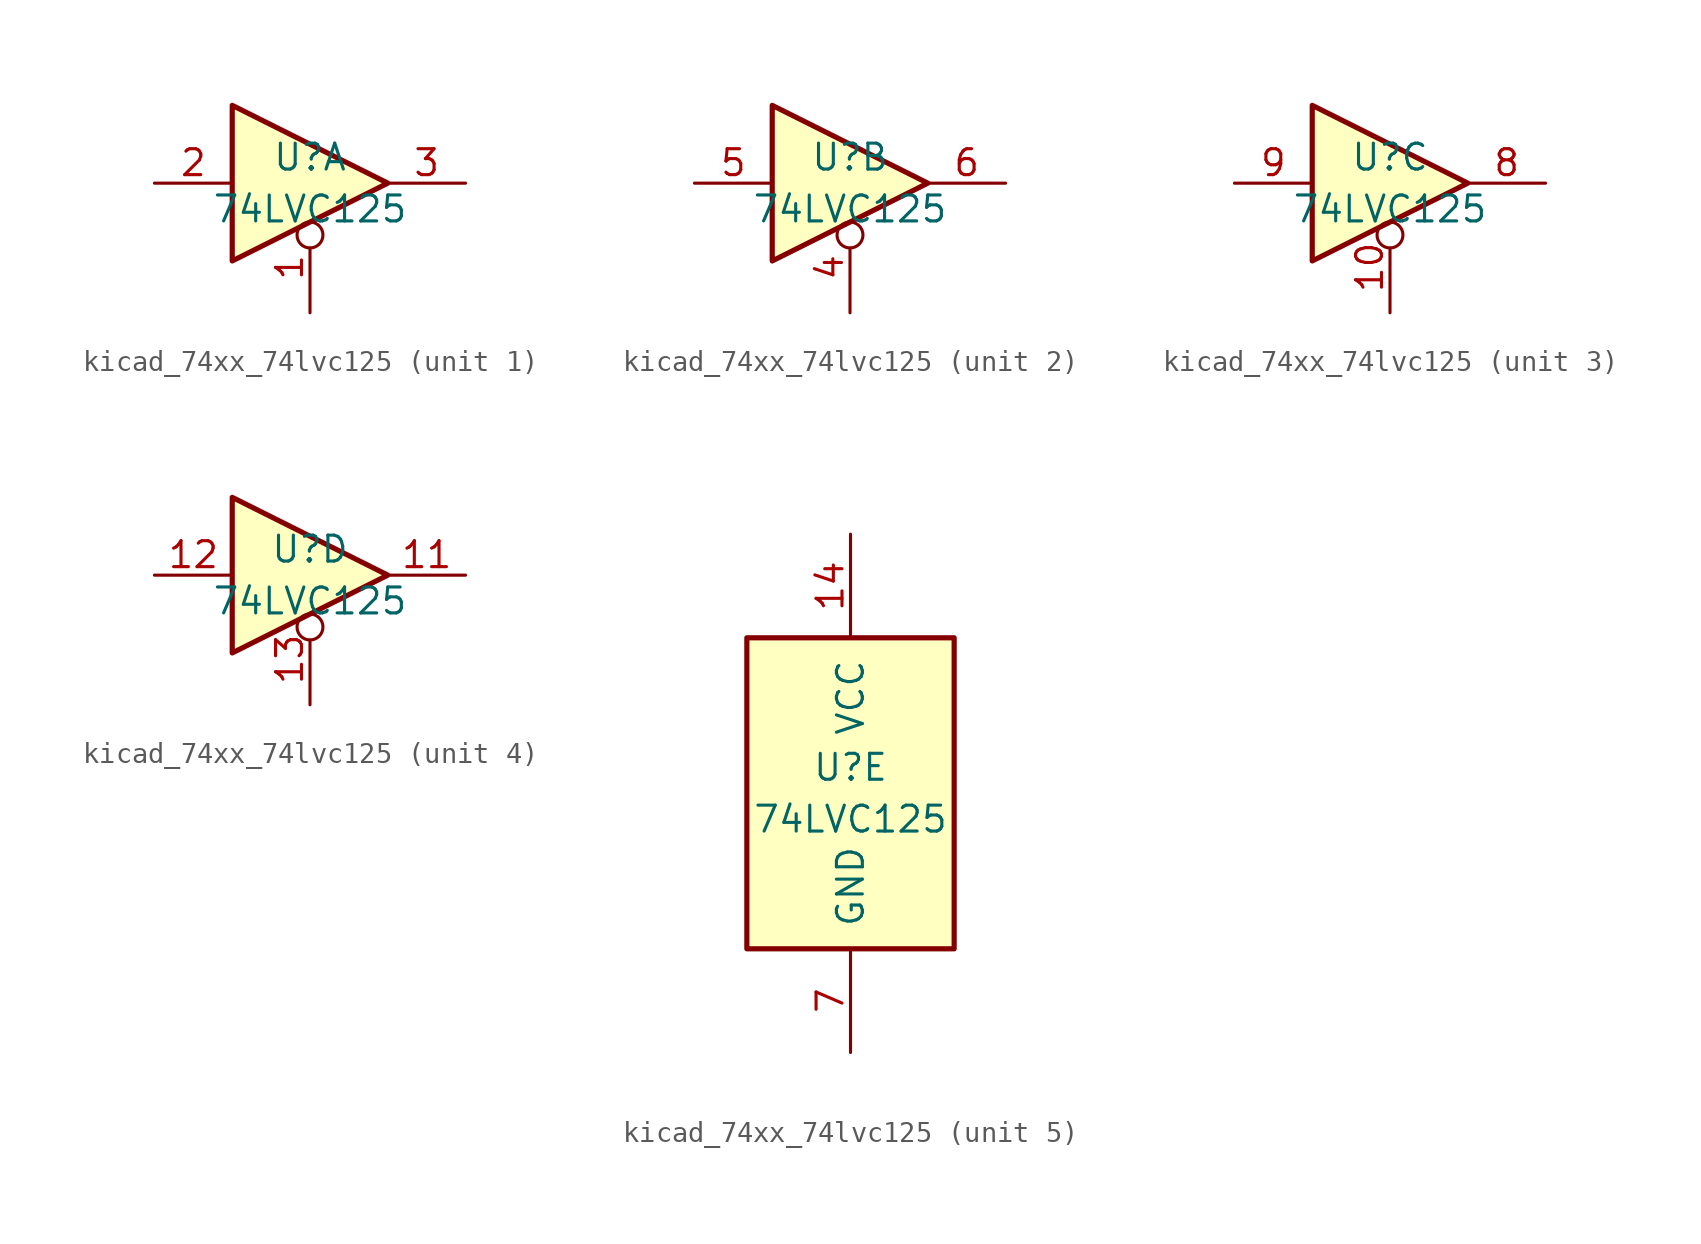
<source format=kicad_sym>
(kicad_symbol_lib
  (version 20220914)
  (generator kicad_symbol_editor)
  (symbol "kicad_74xx_74lvc125"
    (pin_names
      (offset 1.016))
    (property "Reference" "U"
      (at 0 1.27 0)
      (effects (font (size 1.27 1.27))))
    (property "Value" "74LVC125"
      (at 0 -1.27 0)
      (effects (font (size 1.27 1.27))))
    (property "ki_locked" ""
      (at 0 0 0)
      (effects (font (size 1.27 1.27))))
    (symbol "kicad_74xx_74lvc125_1_0"
      (polyline (pts (xy -3.81 3.81) (xy -3.81 -3.81) (xy 3.81 0) (xy -3.81 3.81)) (stroke (width 0.254) (type default)) (fill (type background)))
      (pin input inverted (at 0 -6.35 90) (length 4.445) (name "~" (effects (font (size 1.27 1.27)))) (number "1" (effects (font (size 1.27 1.27)))))
      (pin input line (at -7.62 0 0) (length 3.81) (name "~" (effects (font (size 1.27 1.27)))) (number "2" (effects (font (size 1.27 1.27)))))
      (pin tri_state line (at 7.62 0 180) (length 3.81) (name "~" (effects (font (size 1.27 1.27)))) (number "3" (effects (font (size 1.27 1.27))))))
    (symbol "kicad_74xx_74lvc125_2_0"
      (polyline (pts (xy -3.81 3.81) (xy -3.81 -3.81) (xy 3.81 0) (xy -3.81 3.81)) (stroke (width 0.254) (type default)) (fill (type background)))
      (pin input inverted (at 0 -6.35 90) (length 4.445) (name "~" (effects (font (size 1.27 1.27)))) (number "4" (effects (font (size 1.27 1.27)))))
      (pin input line (at -7.62 0 0) (length 3.81) (name "~" (effects (font (size 1.27 1.27)))) (number "5" (effects (font (size 1.27 1.27)))))
      (pin tri_state line (at 7.62 0 180) (length 3.81) (name "~" (effects (font (size 1.27 1.27)))) (number "6" (effects (font (size 1.27 1.27))))))
    (symbol "kicad_74xx_74lvc125_3_0"
      (polyline (pts (xy -3.81 3.81) (xy -3.81 -3.81) (xy 3.81 0) (xy -3.81 3.81)) (stroke (width 0.254) (type default)) (fill (type background)))
      (pin input inverted (at 0 -6.35 90) (length 4.445) (name "~" (effects (font (size 1.27 1.27)))) (number "10" (effects (font (size 1.27 1.27)))))
      (pin tri_state line (at 7.62 0 180) (length 3.81) (name "~" (effects (font (size 1.27 1.27)))) (number "8" (effects (font (size 1.27 1.27)))))
      (pin input line (at -7.62 0 0) (length 3.81) (name "~" (effects (font (size 1.27 1.27)))) (number "9" (effects (font (size 1.27 1.27))))))
    (symbol "kicad_74xx_74lvc125_4_0"
      (polyline (pts (xy -3.81 3.81) (xy -3.81 -3.81) (xy 3.81 0) (xy -3.81 3.81)) (stroke (width 0.254) (type default)) (fill (type background)))
      (pin tri_state line (at 7.62 0 180) (length 3.81) (name "~" (effects (font (size 1.27 1.27)))) (number "11" (effects (font (size 1.27 1.27)))))
      (pin input line (at -7.62 0 0) (length 3.81) (name "~" (effects (font (size 1.27 1.27)))) (number "12" (effects (font (size 1.27 1.27)))))
      (pin input inverted (at 0 -6.35 90) (length 4.445) (name "~" (effects (font (size 1.27 1.27)))) (number "13" (effects (font (size 1.27 1.27))))))
    (symbol "kicad_74xx_74lvc125_5_0"
      (pin power_in line (at 0 12.7 270) (length 5.08) (name "VCC" (effects (font (size 1.27 1.27)))) (number "14" (effects (font (size 1.27 1.27)))))
      (pin power_in line (at 0 -12.7 90) (length 5.08) (name "GND" (effects (font (size 1.27 1.27)))) (number "7" (effects (font (size 1.27 1.27))))))
    (symbol "kicad_74xx_74lvc125_5_1"
      (rectangle (start -5.08 7.62) (end 5.08 -7.62) (stroke (width 0.254) (type default)) (fill (type background))))))
</source>
